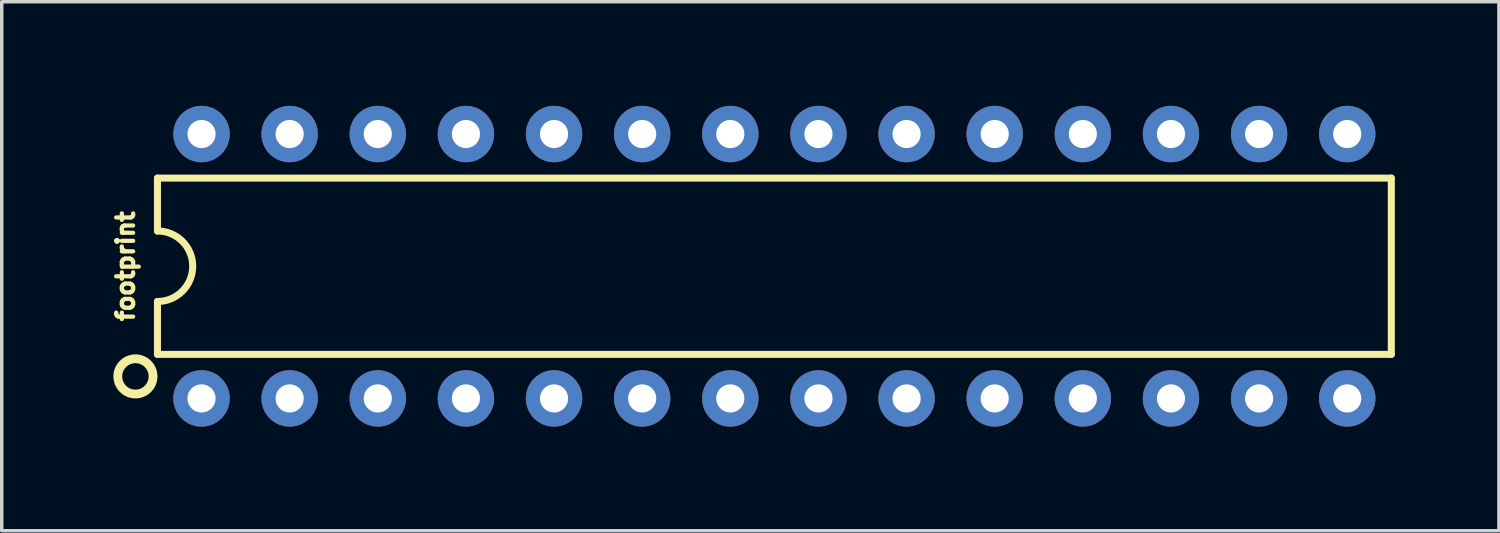
<source format=kicad_pcb>
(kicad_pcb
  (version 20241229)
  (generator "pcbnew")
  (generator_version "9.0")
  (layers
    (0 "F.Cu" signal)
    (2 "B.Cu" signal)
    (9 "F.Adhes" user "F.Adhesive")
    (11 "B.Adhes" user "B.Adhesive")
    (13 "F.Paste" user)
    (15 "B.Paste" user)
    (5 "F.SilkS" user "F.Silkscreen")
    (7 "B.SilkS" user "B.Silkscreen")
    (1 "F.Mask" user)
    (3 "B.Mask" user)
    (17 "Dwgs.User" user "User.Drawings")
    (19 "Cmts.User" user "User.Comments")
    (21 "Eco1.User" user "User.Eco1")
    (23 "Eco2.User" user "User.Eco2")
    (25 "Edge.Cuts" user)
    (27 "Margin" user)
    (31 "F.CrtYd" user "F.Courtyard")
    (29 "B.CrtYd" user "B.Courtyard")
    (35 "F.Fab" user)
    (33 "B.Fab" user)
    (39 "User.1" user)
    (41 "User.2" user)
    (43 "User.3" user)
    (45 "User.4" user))
  (footprint "footprint"
    (layer "F.Cu")
    (at 19.268 4.623)
    (property "Reference" "footprint" (at -18.415 0 90) (layer "F.SilkS") (effects (font (size 0.488 0.488) (thickness 0.122)) (justify bottom)))
    (fp_line (start -17.78 -2.54) (end -17.78 -1.016) (stroke (width 0.203) (type solid)) (layer "F.SilkS"))
    (fp_line (start -17.78 2.54) (end -17.78 1.016) (stroke (width 0.203) (type solid)) (layer "F.SilkS"))
    (fp_line (start -17.78 2.54) (end 17.78 2.54) (stroke (width 0.203) (type solid)) (layer "F.SilkS"))
    (fp_line (start 17.78 -2.54) (end -17.78 -2.54) (stroke (width 0.203) (type solid)) (layer "F.SilkS"))
    (fp_line (start 17.78 -2.54) (end 17.78 2.54) (stroke (width 0.203) (type solid)) (layer "F.SilkS"))
    (fp_arc (start -17.78 -1.016) (mid -16.764 0) (end -17.78 1.016) (stroke (width 0.2032) (type solid)) (layer "F.SilkS"))
    (fp_circle (center -18.415 3.175) (end -17.907 3.175) (stroke (width 0.254) (type solid)) (fill no) (layer "F.SilkS"))
    (pad "1" thru_hole circle (at -16.51 3.81 90) (size 1.626 1.626) (drill 0.813) (layers "*.Cu" "*.Mask"))
    (pad "2" thru_hole circle (at -13.97 3.81 90) (size 1.626 1.626) (drill 0.813) (layers "*.Cu" "*.Mask"))
    (pad "3" thru_hole circle (at -11.43 3.81 90) (size 1.626 1.626) (drill 0.813) (layers "*.Cu" "*.Mask"))
    (pad "4" thru_hole circle (at -8.89 3.81 90) (size 1.626 1.626) (drill 0.813) (layers "*.Cu" "*.Mask"))
    (pad "5" thru_hole circle (at -6.35 3.81 90) (size 1.626 1.626) (drill 0.813) (layers "*.Cu" "*.Mask"))
    (pad "6" thru_hole circle (at -3.81 3.81 90) (size 1.626 1.626) (drill 0.813) (layers "*.Cu" "*.Mask"))
    (pad "7" thru_hole circle (at -1.27 3.81 90) (size 1.626 1.626) (drill 0.813) (layers "*.Cu" "*.Mask"))
    (pad "8" thru_hole circle (at 1.27 3.81 90) (size 1.626 1.626) (drill 0.813) (layers "*.Cu" "*.Mask"))
    (pad "9" thru_hole circle (at 3.81 3.81 90) (size 1.626 1.626) (drill 0.813) (layers "*.Cu" "*.Mask"))
    (pad "10" thru_hole circle (at 6.35 3.81 90) (size 1.626 1.626) (drill 0.813) (layers "*.Cu" "*.Mask"))
    (pad "11" thru_hole circle (at 8.89 3.81 90) (size 1.626 1.626) (drill 0.813) (layers "*.Cu" "*.Mask"))
    (pad "12" thru_hole circle (at 11.43 3.81 90) (size 1.626 1.626) (drill 0.813) (layers "*.Cu" "*.Mask"))
    (pad "13" thru_hole circle (at 13.97 3.81 90) (size 1.626 1.626) (drill 0.813) (layers "*.Cu" "*.Mask"))
    (pad "14" thru_hole circle (at 16.51 3.81 90) (size 1.626 1.626) (drill 0.813) (layers "*.Cu" "*.Mask"))
    (pad "15" thru_hole circle (at 16.51 -3.81 90) (size 1.626 1.626) (drill 0.813) (layers "*.Cu" "*.Mask"))
    (pad "16" thru_hole circle (at 13.97 -3.81 90) (size 1.626 1.626) (drill 0.813) (layers "*.Cu" "*.Mask"))
    (pad "17" thru_hole circle (at 11.43 -3.81 90) (size 1.626 1.626) (drill 0.813) (layers "*.Cu" "*.Mask"))
    (pad "18" thru_hole circle (at 8.89 -3.81 90) (size 1.626 1.626) (drill 0.813) (layers "*.Cu" "*.Mask"))
    (pad "19" thru_hole circle (at 6.35 -3.81 90) (size 1.626 1.626) (drill 0.813) (layers "*.Cu" "*.Mask"))
    (pad "20" thru_hole circle (at 3.81 -3.81 90) (size 1.626 1.626) (drill 0.813) (layers "*.Cu" "*.Mask"))
    (pad "21" thru_hole circle (at 1.27 -3.81 90) (size 1.626 1.626) (drill 0.813) (layers "*.Cu" "*.Mask"))
    (pad "22" thru_hole circle (at -1.27 -3.81 90) (size 1.626 1.626) (drill 0.813) (layers "*.Cu" "*.Mask"))
    (pad "23" thru_hole circle (at -3.81 -3.81 90) (size 1.626 1.626) (drill 0.813) (layers "*.Cu" "*.Mask"))
    (pad "24" thru_hole circle (at -6.35 -3.81 90) (size 1.626 1.626) (drill 0.813) (layers "*.Cu" "*.Mask"))
    (pad "25" thru_hole circle (at -8.89 -3.81 90) (size 1.626 1.626) (drill 0.813) (layers "*.Cu" "*.Mask"))
    (pad "26" thru_hole circle (at -11.43 -3.81 90) (size 1.626 1.626) (drill 0.813) (layers "*.Cu" "*.Mask"))
    (pad "27" thru_hole circle (at -13.97 -3.81 90) (size 1.626 1.626) (drill 0.813) (layers "*.Cu" "*.Mask"))
    (pad "28" thru_hole circle (at -16.51 -3.81 90) (size 1.626 1.626) (drill 0.813) (layers "*.Cu" "*.Mask")))
  (gr_rect
    (start -3 -3)
    (end 40.15 12.246)
    (stroke (width 0.1) (type default))
    (fill no)
    (layer "Edge.Cuts")))
</source>
